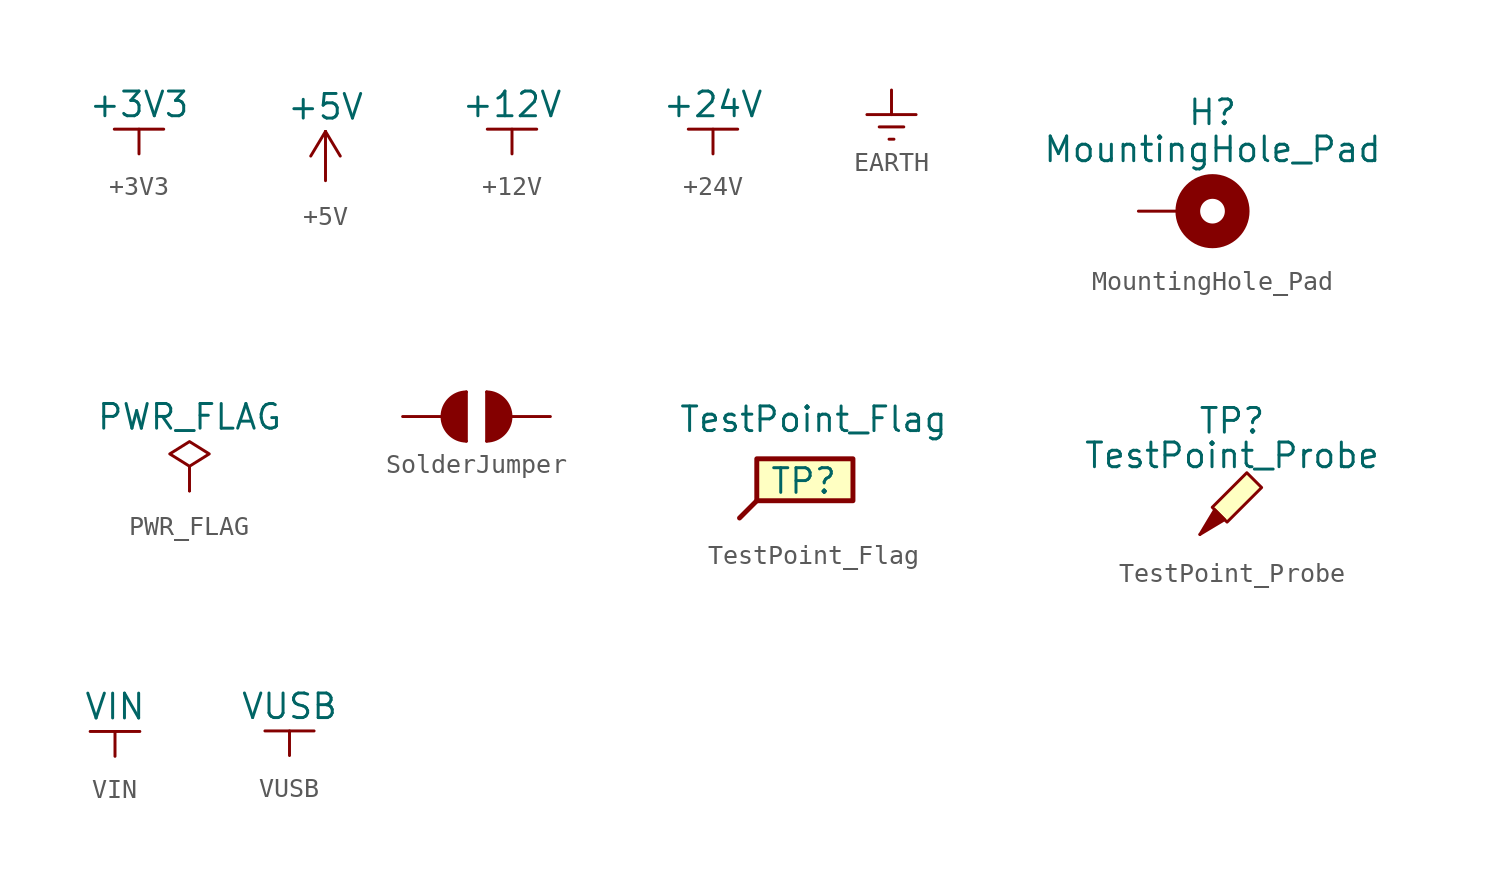
<source format=kicad_sym>
(kicad_symbol_lib
  (version 20220914)
  (generator kicad_symbol_editor)
  (symbol "+3V3"
    (power)
    (pin_names
      (offset 0))
    (property "Reference" "#PWR"
      (at 0 -3.81 0)
      (effects (font (size 1.27 1.27)) hide))
    (property "Value" "+3V3"
      (at 0 2.54 0)
      (do_not_autoplace)
      (effects (font (size 1.27 1.27))))
    (symbol "+3V3_0_1"
      (polyline (pts (xy 0 0) (xy 0 1.27)) (stroke (width 0) (type default)) (fill (type none)))
      (polyline (pts (xy -1.27 1.27) (xy 0 1.27) (xy 1.27 1.27)) (stroke (width 0) (type default)) (fill (type none))))
    (symbol "+3V3_1_1"
      (pin power_in line (at 0 0 90) (length 0) hide (name "+3V3" (effects (font (size 1.27 1.27)))) (number "1" (effects (font (size 1.27 1.27)))))))
  (symbol "+5V"
    (power)
    (pin_names
      (offset 0))
    (property "Reference" "#PWR"
      (at 0 -3.81 0)
      (effects (font (size 1.27 1.27)) hide))
    (property "Value" "+5V"
      (at 0 3.81 0)
      (do_not_autoplace)
      (effects (font (size 1.27 1.27))))
    (symbol "+5V_0_1"
      (polyline (pts (xy -0.762 1.27) (xy 0 2.54)) (stroke (width 0) (type default)) (fill (type none)))
      (polyline (pts (xy 0 0) (xy 0 2.54)) (stroke (width 0) (type default)) (fill (type none)))
      (polyline (pts (xy 0 2.54) (xy 0.762 1.27)) (stroke (width 0) (type default)) (fill (type none))))
    (symbol "+5V_1_1"
      (pin power_in line (at 0 0 90) (length 0) hide (name "+5V" (effects (font (size 1.27 1.27)))) (number "1" (effects (font (size 1.27 1.27)))))))
  (symbol "+12V"
    (power)
    (pin_names
      (offset 0))
    (property "Reference" "#PWR"
      (at 0 -3.81 0)
      (effects (font (size 1.27 1.27)) hide))
    (property "Value" "+12V"
      (at 0 2.54 0)
      (do_not_autoplace)
      (effects (font (size 1.27 1.27))))
    (symbol "+12V_0_1"
      (polyline (pts (xy 0 0) (xy 0 1.27)) (stroke (width 0) (type default)) (fill (type none)))
      (polyline (pts (xy -1.27 1.27) (xy 0 1.27) (xy 1.27 1.27)) (stroke (width 0) (type default)) (fill (type none))))
    (symbol "+12V_1_1"
      (pin power_in line (at 0 0 90) (length 0) hide (name "+12V" (effects (font (size 1.27 1.27)))) (number "1" (effects (font (size 1.27 1.27)))))))
  (symbol "+24V"
    (power)
    (pin_names
      (offset 0))
    (property "Reference" "#PWR"
      (at 0 -3.81 0)
      (effects (font (size 1.27 1.27)) hide))
    (property "Value" "+24V"
      (at 0 2.54 0)
      (do_not_autoplace)
      (effects (font (size 1.27 1.27))))
    (symbol "+24V_0_1"
      (polyline (pts (xy 0 0) (xy 0 1.27)) (stroke (width 0) (type default)) (fill (type none)))
      (polyline (pts (xy -1.27 1.27) (xy 0 1.27) (xy 1.27 1.27)) (stroke (width 0) (type default)) (fill (type none))))
    (symbol "+24V_1_1"
      (pin power_in line (at 0 0 90) (length 0) hide (name "+24V" (effects (font (size 1.27 1.27)))) (number "1" (effects (font (size 1.27 1.27)))))))
  (symbol "EARTH"
    (power)
    (pin_names
      (offset 0))
    (property "Reference" "#PWR"
      (at 0 -6.35 0)
      (effects (font (size 1.27 1.27)) hide))
    (symbol "EARTH_0_1"
      (polyline (pts (xy -0.635 -1.905) (xy 0.635 -1.905)) (stroke (width 0) (type default)) (fill (type none)))
      (polyline (pts (xy -0.127 -2.54) (xy 0.127 -2.54)) (stroke (width 0) (type default)) (fill (type none)))
      (polyline (pts (xy 0 -1.27) (xy 0 0)) (stroke (width 0) (type default)) (fill (type none)))
      (polyline (pts (xy 1.27 -1.27) (xy -1.27 -1.27)) (stroke (width 0) (type default)) (fill (type none))))
    (symbol "EARTH_1_1"
      (pin power_in line (at 0 0 270) (length 0) hide (name "Earth" (effects (font (size 1.27 1.27)))) (number "1" (effects (font (size 1.27 1.27)))))))
  (symbol "MountingHole_Pad"
    (pin_numbers hide)
    (pin_names
      (offset 1.016) hide)
    (property "Reference" "H"
      (at 0 6.35 0)
      (effects (font (size 1.27 1.27))))
    (property "Value" "MountingHole_Pad"
      (at 0 4.445 0)
      (effects (font (size 1.27 1.27))))
    (symbol "MountingHole_Pad_0_1"
      (circle (center 0 1.27) (radius 1.27) (stroke (width 1.27) (type default)) (fill (type none))))
    (symbol "MountingHole_Pad_1_1"
      (pin input line (at -1.27 1.27 180) (length 2.54) (name "1" (effects (font (size 1.27 1.27)))) (number "1" (effects (font (size 1.27 1.27)))))))
  (symbol "PWR_FLAG"
    (power)
    (pin_numbers hide)
    (pin_names
      (offset 0) hide)
    (property "Reference" "#FLG"
      (at 0 1.905 0)
      (effects (font (size 1.27 1.27)) hide))
    (property "Value" "PWR_FLAG"
      (at 0 3.81 0)
      (do_not_autoplace)
      (effects (font (size 1.27 1.27))))
    (symbol "PWR_FLAG_0_0"
      (pin power_out line (at 0 0 90) (length 0) (name "pwr" (effects (font (size 1.27 1.27)))) (number "1" (effects (font (size 1.27 1.27))))))
    (symbol "PWR_FLAG_0_1"
      (polyline (pts (xy 0 0) (xy 0 1.27) (xy -1.016 1.905) (xy 0 2.54) (xy 1.016 1.905) (xy 0 1.27)) (stroke (width 0) (type default)) (fill (type none)))))
  (symbol "SolderJumper"
    (pin_numbers hide)
    (pin_names hide)
    (property "Reference" "JMP"
      (at 0 -2.286 0)
      (effects (font (size 1.27 1.27)) hide))
    (symbol "SolderJumper_0_1"
      (polyline (pts (xy -0.524 1.27) (xy -0.524 -1.27)) (stroke (width 0) (type default)) (fill (type none)))
      (polyline (pts (xy 0.524 -1.27) (xy 0.524 1.27)) (stroke (width 0) (type default)) (fill (type none))))
    (symbol "SolderJumper_1_1"
      (arc (start -0.5239 1.27) (mid -1.7781 0) (end -0.5239 -1.27) (stroke (width 0) (type default)) (fill (type color) (color 132 0 0 1)))
      (arc (start 0.5239 -1.27) (mid 1.7781 0) (end 0.5239 1.27) (stroke (width 0) (type default)) (fill (type color) (color 132 0 0 1)))
      (pin passive line (at -3.81 0 0) (length 2.54) (name "1" (effects (font (size 1.27 1.27)))) (number "1" (effects (font (size 1.27 1.27)))))
      (pin passive line (at 3.81 0 180) (length 2.54) (name "2" (effects (font (size 1.27 1.27)))) (number "2" (effects (font (size 1.27 1.27)))))))
  (symbol "TestPoint_Flag"
    (pin_numbers hide)
    (pin_names
      (offset 0.762) hide)
    (property "Reference" "TP"
      (at 3.302 1.9 0)
      (do_not_autoplace)
      (effects (font (size 1.27 1.27))))
    (property "Value" "TestPoint_Flag"
      (at 3.81 5.08 0)
      (effects (font (size 1.27 1.27))))
    (symbol "TestPoint_Flag_0_1"
      (polyline (pts (xy 0 0) (xy 0.889 0.889)) (stroke (width 0.254) (type default)) (fill (type none)))
      (rectangle (start 0.889 3.048) (end 5.842 0.889) (stroke (width 0.254) (type default)) (fill (type background))))
    (symbol "TestPoint_Flag_1_1"
      (pin passive line (at 0 0 0) (length 0) (name "1" (effects (font (size 1.27 1.27)))) (number "1" (effects (font (size 1.27 1.27)))))))
  (symbol "TestPoint_Probe"
    (pin_numbers hide)
    (pin_names
      (offset 0.762) hide)
    (property "Reference" "TP"
      (at 1.651 5.842 0)
      (effects (font (size 1.27 1.27))))
    (property "Value" "TestPoint_Probe"
      (at 1.651 4.064 0)
      (effects (font (size 1.27 1.27))))
    (symbol "TestPoint_Probe_0_1"
      (polyline (pts (xy 1.27 0.762) (xy 0 0) (xy 0.762 1.27) (xy 1.27 0.762)) (stroke (width 0) (type default)) (fill (type outline)))
      (polyline (pts (xy 1.397 0.635) (xy 0.635 1.397) (xy 2.413 3.175) (xy 3.175 2.413) (xy 1.397 0.635)) (stroke (width 0) (type default)) (fill (type background))))
    (symbol "TestPoint_Probe_1_1"
      (pin passive line (at 0 0 0) (length 0) (name "1" (effects (font (size 1.27 1.27)))) (number "1" (effects (font (size 1.27 1.27)))))))
  (symbol "VIN"
    (power)
    (pin_names
      (offset 0))
    (property "Reference" "#PWR"
      (at 0 -3.81 0)
      (effects (font (size 1.27 1.27)) hide))
    (property "Value" "VIN"
      (at 0 2.54 0)
      (do_not_autoplace)
      (effects (font (size 1.27 1.27))))
    (symbol "VIN_0_1"
      (polyline (pts (xy 0 0) (xy 0 1.27)) (stroke (width 0) (type default)) (fill (type none)))
      (polyline (pts (xy -1.27 1.27) (xy 0 1.27) (xy 1.27 1.27)) (stroke (width 0) (type default)) (fill (type none))))
    (symbol "VIN_1_1"
      (pin power_in line (at 0 0 90) (length 0) hide (name "VIN" (effects (font (size 1.27 1.27)))) (number "1" (effects (font (size 1.27 1.27)))))))
  (symbol "VUSB"
    (power)
    (pin_names
      (offset 0))
    (property "Reference" "#PWR"
      (at 0 -3.81 0)
      (effects (font (size 1.27 1.27)) hide))
    (property "Value" "VUSB"
      (at 0 2.54 0)
      (do_not_autoplace)
      (effects (font (size 1.27 1.27))))
    (symbol "VUSB_0_1"
      (polyline (pts (xy 0 0) (xy 0 1.27)) (stroke (width 0) (type default)) (fill (type none)))
      (polyline (pts (xy -1.27 1.27) (xy 0 1.27) (xy 1.27 1.27)) (stroke (width 0) (type default)) (fill (type none))))
    (symbol "VUSB_1_1"
      (pin power_in line (at 0 0 90) (length 0) hide (name "VUSB" (effects (font (size 1.27 1.27)))) (number "1" (effects (font (size 1.27 1.27))))))))
</source>
